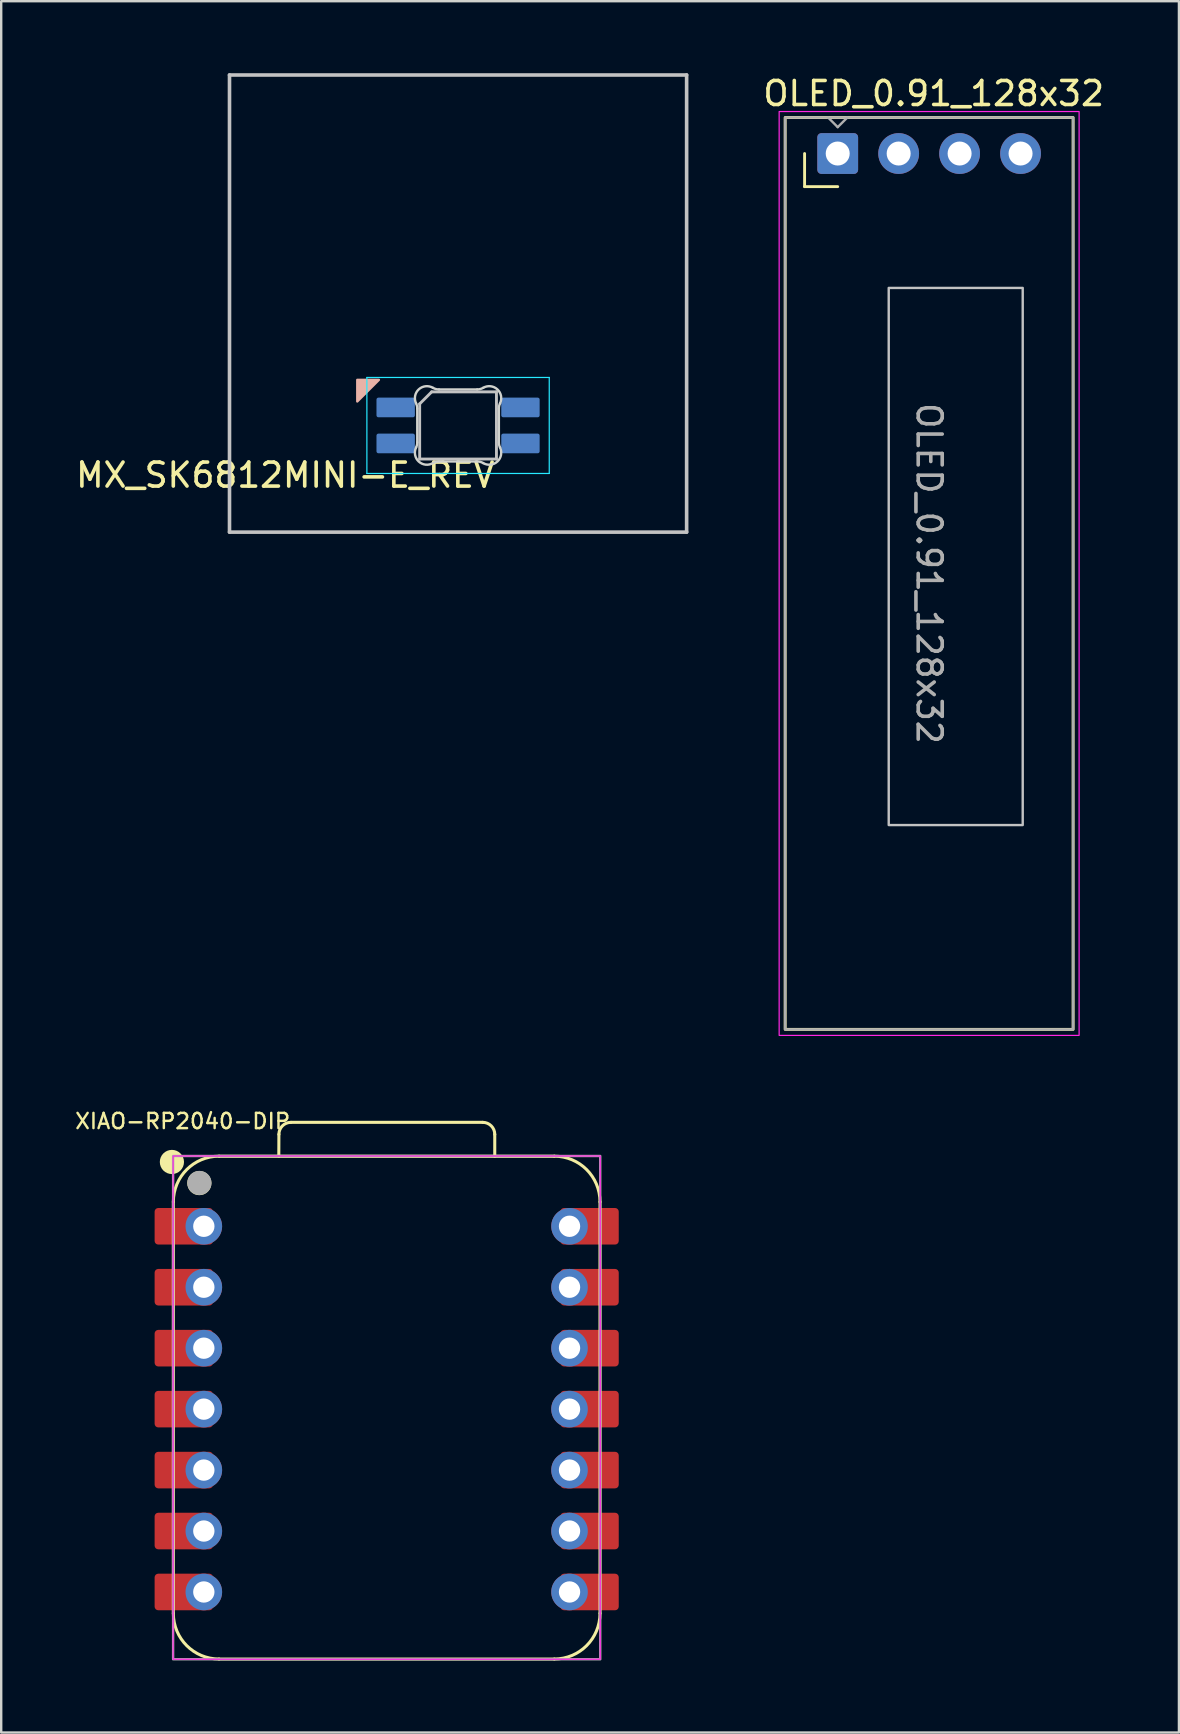
<source format=kicad_pcb>
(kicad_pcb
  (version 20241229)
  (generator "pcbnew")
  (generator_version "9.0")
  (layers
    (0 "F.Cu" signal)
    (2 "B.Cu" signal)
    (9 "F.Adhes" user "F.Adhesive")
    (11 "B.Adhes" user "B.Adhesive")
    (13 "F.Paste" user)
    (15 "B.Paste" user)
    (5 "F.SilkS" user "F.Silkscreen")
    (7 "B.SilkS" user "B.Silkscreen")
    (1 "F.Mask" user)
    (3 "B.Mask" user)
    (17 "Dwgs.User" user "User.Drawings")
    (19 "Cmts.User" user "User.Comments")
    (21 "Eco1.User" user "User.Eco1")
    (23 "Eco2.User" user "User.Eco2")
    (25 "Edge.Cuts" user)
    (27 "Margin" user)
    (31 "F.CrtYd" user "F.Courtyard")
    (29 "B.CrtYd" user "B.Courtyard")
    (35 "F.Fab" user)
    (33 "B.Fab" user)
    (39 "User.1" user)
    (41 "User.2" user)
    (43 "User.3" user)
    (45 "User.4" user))
  (footprint "MX_SK6812MINI-E_REV"
    (layer "F.Cu")
    (at 16.039 9.6)
    (property "Reference" "MX_SK6812MINI-E_REV" (at -7.2 7.15 0) (layer "F.SilkS") (effects (font (size 1 1) (thickness 0.15))))
    (attr through_hole)
    (fp_poly (pts (xy -4.2 4.08) (xy -3.3 3.18) (xy -4.2 3.18)) (stroke (width 0.1) (type solid)) (fill yes) (layer "B.SilkS"))
    (fp_line (start -9.525 -9.525) (end 9.525 -9.525) (stroke (width 0.15) (type solid)) (layer "Dwgs.User"))
    (fp_line (start -9.525 9.525) (end -9.525 -9.525) (stroke (width 0.15) (type solid)) (layer "Dwgs.User"))
    (fp_line (start -1.6 4.18) (end -1.6 6.48) (stroke (width 0.12) (type solid)) (layer "Dwgs.User"))
    (fp_line (start -1.6 4.18) (end -1.1 3.68) (stroke (width 0.12) (type solid)) (layer "Dwgs.User"))
    (fp_line (start -1.6 6.48) (end 1.6 6.48) (stroke (width 0.12) (type solid)) (layer "Dwgs.User"))
    (fp_line (start 1.6 3.68) (end -1.1 3.68) (stroke (width 0.12) (type solid)) (layer "Dwgs.User"))
    (fp_line (start 1.6 6.48) (end 1.6 3.68) (stroke (width 0.12) (type solid)) (layer "Dwgs.User"))
    (fp_line (start 9.525 -9.525) (end 9.525 9.525) (stroke (width 0.15) (type solid)) (layer "Dwgs.User"))
    (fp_line (start 9.525 9.525) (end -9.525 9.525) (stroke (width 0.15) (type solid)) (layer "Dwgs.User"))
    (fp_line (start -1.7 5.783) (end -1.7 4.377) (stroke (width 0.1) (type solid)) (layer "Edge.Cuts"))
    (fp_line (start -0.794 3.58) (end 0.794 3.58) (stroke (width 0.1) (type solid)) (layer "Edge.Cuts"))
    (fp_line (start 0.794 6.58) (end -0.794 6.58) (stroke (width 0.1) (type solid)) (layer "Edge.Cuts"))
    (fp_line (start 1.7 4.377) (end 1.7 5.783) (stroke (width 0.1) (type solid)) (layer "Edge.Cuts"))
    (fp_arc (start -1.749484 4.16028) (mid -1.712527 4.265932) (end -1.699999 4.377158) (stroke (width 0.1) (type solid)) (layer "Edge.Cuts"))
    (fp_arc (start -1.749484 4.160281) (mid -1.638072 3.575965) (end -1.046711 3.511701) (stroke (width 0.1) (type solid)) (layer "Edge.Cuts"))
    (fp_arc (start -1.699999 5.782843) (mid -1.712527 5.894068) (end -1.749484 5.99972) (stroke (width 0.1) (type solid)) (layer "Edge.Cuts"))
    (fp_arc (start -1.046711 6.648298) (mid -1.638071 6.584034) (end -1.749484 5.99972) (stroke (width 0.1) (type solid)) (layer "Edge.Cuts"))
    (fp_arc (start -1.046711 6.648298) (mid -0.925123 6.597376) (end -0.794453 6.579999) (stroke (width 0.1) (type solid)) (layer "Edge.Cuts"))
    (fp_arc (start -0.794452 3.58) (mid -0.925123 3.562623) (end -1.046711 3.511701) (stroke (width 0.1) (type solid)) (layer "Edge.Cuts"))
    (fp_arc (start 0.794453 6.58) (mid 0.925123 6.597377) (end 1.046711 6.648299) (stroke (width 0.1) (type solid)) (layer "Edge.Cuts"))
    (fp_arc (start 1.04671 3.511701) (mid 0.925122 3.562623) (end 0.794452 3.58) (stroke (width 0.1) (type solid)) (layer "Edge.Cuts"))
    (fp_arc (start 1.046711 3.511703) (mid 1.63807 3.575966) (end 1.749484 4.16028) (stroke (width 0.1) (type solid)) (layer "Edge.Cuts"))
    (fp_arc (start 1.699999 4.377157) (mid 1.712527 4.265932) (end 1.749484 4.16028) (stroke (width 0.1) (type solid)) (layer "Edge.Cuts"))
    (fp_arc (start 1.749484 5.99972) (mid 1.638071 6.584035) (end 1.046711 6.648299) (stroke (width 0.1) (type solid)) (layer "Edge.Cuts"))
    (fp_arc (start 1.749484 5.99972) (mid 1.712527 5.894068) (end 1.699999 5.782842) (stroke (width 0.1) (type solid)) (layer "Edge.Cuts"))
    (fp_line (start -3.8 3.08) (end -3.8 7.08) (stroke (width 0.05) (type solid)) (layer "B.CrtYd"))
    (fp_line (start -3.8 7.08) (end 3.8 7.08) (stroke (width 0.05) (type solid)) (layer "B.CrtYd"))
    (fp_line (start 3.8 3.08) (end -3.8 3.08) (stroke (width 0.05) (type solid)) (layer "B.CrtYd"))
    (fp_line (start 3.8 7.08) (end 3.8 3.08) (stroke (width 0.05) (type solid)) (layer "B.CrtYd"))
    (pad "1" smd roundrect (at 2.6 5.83 90) (size 0.82 1.6) (layers "B.Cu" "B.Mask" "B.Paste") (roundrect_rratio 0.1))
    (pad "2" smd roundrect (at 2.6 4.33 90) (size 0.82 1.6) (layers "B.Cu" "B.Mask" "B.Paste") (roundrect_rratio 0.1))
    (pad "3" smd roundrect (at -2.6 4.33 90) (size 0.82 1.6) (layers "B.Cu" "B.Mask" "B.Paste") (roundrect_rratio 0.1))
    (pad "4" smd roundrect (at -2.6 5.83 90) (size 0.82 1.6) (layers "B.Cu" "B.Mask" "B.Paste") (roundrect_rratio 0.1)))
  (footprint "OLED_0.91_128x32"
    (layer "F.Cu")
    (at 31.86 3.348)
    (property "Reference" "OLED_0.91_128x32" (at 4 -2.5 0) (unlocked yes) (layer "F.SilkS") (effects (font (size 1 1) (thickness 0.15))))
    (attr through_hole)
    (fp_line (start -1.38 0) (end -1.38 1.38) (stroke (width 0.12) (type solid)) (layer "F.SilkS"))
    (fp_line (start 0 1.38) (end -1.38 1.38) (stroke (width 0.12) (type solid)) (layer "F.SilkS"))
    (fp_rect (start -2.19 -1.5) (end 9.81 36.5) (stroke (width 0.12) (type solid)) (fill no) (layer "F.SilkS"))
    (fp_rect (start 2.126 5.6) (end 7.71 27.984) (stroke (width 0.1) (type solid)) (fill no) (layer "Dwgs.User"))
    (fp_rect (start -2.44 -1.75) (end 10.06 36.75) (stroke (width 0.05) (type solid)) (fill no) (layer "F.CrtYd"))
    (fp_line (start 0 -1.1) (end -0.4 -1.5) (stroke (width 0.1) (type default)) (layer "F.Fab"))
    (fp_line (start 0 -1.1) (end 0.4 -1.5) (stroke (width 0.1) (type default)) (layer "F.Fab"))
    (fp_rect (start -2.19 -1.5) (end 9.81 36.5) (stroke (width 0.1) (type default)) (fill no) (layer "F.Fab"))
    (fp_text user "${REFERENCE}" (at 3.81 17.5 270) (unlocked yes) (layer "F.Fab") (effects (font (size 1 1) (thickness 0.15))))
    (pad "1" thru_hole roundrect (at 0 0) (size 1.7 1.7) (drill 1) (layers "*.Cu" "*.Mask") (roundrect_rratio 0.1))
    (pad "2" thru_hole circle (at 2.54 0) (size 1.7 1.7) (drill 1) (layers "*.Cu" "*.Mask"))
    (pad "3" thru_hole circle (at 5.08 0) (size 1.7 1.7) (drill 1) (layers "*.Cu" "*.Mask"))
    (pad "4" thru_hole circle (at 7.62 0) (size 1.7 1.7) (drill 1) (layers "*.Cu" "*.Mask")))
  (footprint "XIAO-RP2040-DIP"
    (layer "F.Cu")
    (at 13.064 55.673)
    (property "Reference" "XIAO-RP2040-DIP" (at -8.5 -12 0) (unlocked yes) (layer "F.SilkS") (effects (font (size 0.635 0.635) (thickness 0.102))))
    (attr smd)
    (fp_line (start -8.89 8.509) (end -8.89 -8.636) (stroke (width 0.127) (type solid)) (layer "F.SilkS"))
    (fp_line (start -6.985 10.414) (end 6.985 10.414) (stroke (width 0.127) (type solid)) (layer "F.SilkS"))
    (fp_line (start -4.495 -10.541) (end -4.491 -11.451) (stroke (width 0.127) (type solid)) (layer "F.SilkS"))
    (fp_line (start -3.991 -11.951) (end 4.004 -11.951) (stroke (width 0.127) (type solid)) (layer "F.SilkS"))
    (fp_line (start 4.504 -11.451) (end 4.504 -10.541) (stroke (width 0.127) (type solid)) (layer "F.SilkS"))
    (fp_line (start 6.985 -10.541) (end -6.985 -10.541) (stroke (width 0.1) (type solid)) (layer "F.SilkS"))
    (fp_line (start 6.985 -10.541) (end -6.985 -10.541) (stroke (width 0.127) (type solid)) (layer "F.SilkS"))
    (fp_line (start 8.89 8.509) (end 8.89 -8.636) (stroke (width 0.127) (type solid)) (layer "F.SilkS"))
    (fp_arc (start -8.89 -8.636) (mid -8.332038 -9.983038) (end -6.985 -10.541) (stroke (width 0.127) (type solid)) (layer "F.SilkS"))
    (fp_arc (start -6.985 10.414) (mid -8.332038 9.856038) (end -8.89 8.509) (stroke (width 0.127) (type solid)) (layer "F.SilkS"))
    (fp_arc (start -4.491272 -11.451272) (mid -4.344728 -11.80464) (end -3.991272 -11.951) (stroke (width 0.127) (type default)) (layer "F.SilkS"))
    (fp_arc (start 4.004 -11.951) (mid 4.357553 -11.804553) (end 4.504 -11.451) (stroke (width 0.127) (type default)) (layer "F.SilkS"))
    (fp_arc (start 6.985 -10.541) (mid 8.332038 -9.983038) (end 8.89 -8.636) (stroke (width 0.127) (type solid)) (layer "F.SilkS"))
    (fp_arc (start 8.89 8.509) (mid 8.332038 9.856038) (end 6.985 10.414) (stroke (width 0.127) (type solid)) (layer "F.SilkS"))
    (fp_circle (center -8.95 -10.3) (end -8.95 -10.554) (stroke (width 0.5) (type solid)) (fill yes) (layer "F.SilkS"))
    (fp_circle (center -7.807 -9.42) (end -7.807 -9.674) (stroke (width 0.5) (type solid)) (fill yes) (layer "F.SilkS"))
    (fp_rect (start -8.9 -10.55) (end 8.9 10.425) (stroke (width 0.05) (type default)) (fill no) (layer "F.CrtYd"))
    (fp_rect (start -8.9 -10.55) (end 8.9 10.425) (stroke (width 0.1) (type default)) (fill no) (layer "F.Fab"))
    (fp_circle (center -7.804 -9.426) (end -7.804 -9.68) (stroke (width 0.5) (type solid)) (fill no) (layer "F.Fab"))
    (pad "1" smd roundrect (at -8.455 -7.62 180) (size 2.432 1.524) (layers "F.Cu" "F.Mask") (roundrect_rratio 0.1))
    (pad "1" thru_hole circle (at -7.62 -7.62 180) (size 1.524 1.524) (drill 0.889) (layers "*.Cu" "*.Mask"))
    (pad "2" smd roundrect (at -8.455 -5.08 180) (size 2.432 1.524) (layers "F.Cu" "F.Mask") (roundrect_rratio 0.1))
    (pad "2" thru_hole circle (at -7.62 -5.08 180) (size 1.524 1.524) (drill 0.889) (layers "*.Cu" "*.Mask"))
    (pad "3" smd roundrect (at -8.455 -2.54 180) (size 2.432 1.524) (layers "F.Cu" "F.Mask") (roundrect_rratio 0.1))
    (pad "3" thru_hole circle (at -7.62 -2.54 180) (size 1.524 1.524) (drill 0.889) (layers "*.Cu" "*.Mask"))
    (pad "4" smd roundrect (at -8.455 0 180) (size 2.432 1.524) (layers "F.Cu" "F.Mask") (roundrect_rratio 0.1))
    (pad "4" thru_hole circle (at -7.62 0 180) (size 1.524 1.524) (drill 0.889) (layers "*.Cu" "*.Mask"))
    (pad "5" smd roundrect (at -8.455 2.54 180) (size 2.432 1.524) (layers "F.Cu" "F.Mask") (roundrect_rratio 0.1))
    (pad "5" thru_hole circle (at -7.62 2.54 180) (size 1.524 1.524) (drill 0.889) (layers "*.Cu" "*.Mask"))
    (pad "6" smd roundrect (at -8.455 5.08 180) (size 2.432 1.524) (layers "F.Cu" "F.Mask") (roundrect_rratio 0.1))
    (pad "6" thru_hole circle (at -7.62 5.08 180) (size 1.524 1.524) (drill 0.889) (layers "*.Cu" "*.Mask"))
    (pad "7" smd roundrect (at -8.455 7.62 180) (size 2.432 1.524) (layers "F.Cu" "F.Mask") (roundrect_rratio 0.1))
    (pad "7" thru_hole circle (at -7.62 7.62 180) (size 1.524 1.524) (drill 0.889) (layers "*.Cu" "*.Mask"))
    (pad "8" thru_hole circle (at 7.62 7.62) (size 1.524 1.524) (drill 0.889) (layers "*.Cu" "*.Mask"))
    (pad "8" smd roundrect (at 8.455 7.62) (size 2.432 1.524) (layers "F.Cu" "F.Mask") (roundrect_rratio 0.1))
    (pad "9" thru_hole circle (at 7.62 5.08) (size 1.524 1.524) (drill 0.889) (layers "*.Cu" "*.Mask"))
    (pad "9" smd roundrect (at 8.455 5.08) (size 2.432 1.524) (layers "F.Cu" "F.Mask") (roundrect_rratio 0.1))
    (pad "10" thru_hole circle (at 7.62 2.54) (size 1.524 1.524) (drill 0.889) (layers "*.Cu" "*.Mask"))
    (pad "10" smd roundrect (at 8.455 2.54) (size 2.432 1.524) (layers "F.Cu" "F.Mask") (roundrect_rratio 0.1))
    (pad "11" thru_hole circle (at 7.62 0) (size 1.524 1.524) (drill 0.889) (layers "*.Cu" "*.Mask"))
    (pad "11" smd roundrect (at 8.455 0) (size 2.432 1.524) (layers "F.Cu" "F.Mask") (roundrect_rratio 0.1))
    (pad "12" thru_hole circle (at 7.62 -2.54) (size 1.524 1.524) (drill 0.889) (layers "*.Cu" "*.Mask"))
    (pad "12" smd roundrect (at 8.455 -2.54) (size 2.432 1.524) (layers "F.Cu" "F.Mask") (roundrect_rratio 0.1))
    (pad "13" thru_hole circle (at 7.62 -5.08) (size 1.524 1.524) (drill 0.889) (layers "*.Cu" "*.Mask"))
    (pad "13" smd roundrect (at 8.455 -5.08) (size 2.432 1.524) (layers "F.Cu" "F.Mask") (roundrect_rratio 0.1))
    (pad "14" thru_hole circle (at 7.62 -7.62) (size 1.524 1.524) (drill 0.889) (layers "*.Cu" "*.Mask"))
    (pad "14" smd roundrect (at 8.455 -7.62) (size 2.432 1.524) (layers "F.Cu" "F.Mask") (roundrect_rratio 0.1)))
  (gr_rect
    (start -3 -3)
    (end 46.08 69.151)
    (stroke (width 0.1) (type default))
    (fill no)
    (layer "Edge.Cuts")))
</source>
